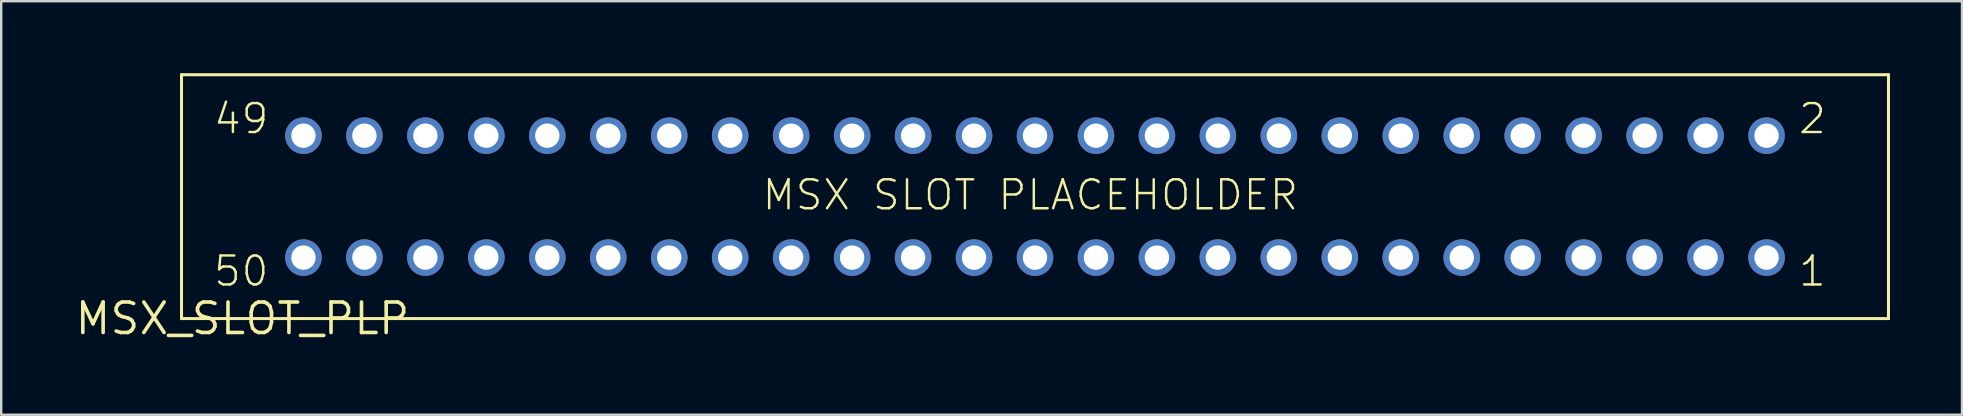
<source format=kicad_pcb>
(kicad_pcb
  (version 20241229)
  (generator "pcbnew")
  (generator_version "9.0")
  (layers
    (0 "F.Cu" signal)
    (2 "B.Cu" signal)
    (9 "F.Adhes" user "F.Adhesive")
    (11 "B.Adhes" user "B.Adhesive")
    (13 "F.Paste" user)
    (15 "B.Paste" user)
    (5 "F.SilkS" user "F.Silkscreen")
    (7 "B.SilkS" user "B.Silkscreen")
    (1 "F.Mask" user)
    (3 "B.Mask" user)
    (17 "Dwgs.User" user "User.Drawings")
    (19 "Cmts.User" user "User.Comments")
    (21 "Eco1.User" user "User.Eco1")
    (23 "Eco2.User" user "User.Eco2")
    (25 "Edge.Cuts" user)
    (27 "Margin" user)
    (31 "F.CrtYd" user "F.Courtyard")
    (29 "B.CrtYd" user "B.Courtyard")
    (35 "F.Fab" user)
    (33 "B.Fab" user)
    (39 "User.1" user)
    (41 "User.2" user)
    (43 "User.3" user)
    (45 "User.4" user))
  (footprint "MSX_SLOT_PLP"
    (layer "F.Cu")
    (at 7.053 10.223)
    (property "Reference" "MSX_SLOT_PLP" (at 0 0 0) (layer "F.SilkS") (effects (font (size 1.27 1.27) (thickness 0.15))))
    (attr through_hole)
    (fp_line (start -2.54 -10.16) (end 68.58 -10.16) (stroke (width 0.127) (type solid)) (layer "F.SilkS"))
    (fp_line (start -2.54 0) (end -2.54 -10.16) (stroke (width 0.127) (type solid)) (layer "F.SilkS"))
    (fp_line (start 68.58 -10.16) (end 68.58 0) (stroke (width 0.127) (type solid)) (layer "F.SilkS"))
    (fp_line (start 68.58 0) (end -2.54 0) (stroke (width 0.127) (type solid)) (layer "F.SilkS"))
    (fp_text user "49" (at -1.27 -7.62 0) (layer "F.SilkS") (effects (font (size 1.206 1.206) (thickness 0.102)) (justify left bottom)))
    (fp_text user "MSX SLOT PLACEHOLDER" (at 21.59 -4.445 0) (layer "F.SilkS") (effects (font (size 1.206 1.206) (thickness 0.102)) (justify left bottom)))
    (fp_text user "1" (at 64.77 -1.27 0) (layer "F.SilkS") (effects (font (size 1.206 1.206) (thickness 0.102)) (justify left bottom)))
    (fp_text user "50" (at -1.27 -1.27 0) (layer "F.SilkS") (effects (font (size 1.206 1.206) (thickness 0.102)) (justify left bottom)))
    (fp_text user "2" (at 64.77 -7.62 0) (layer "F.SilkS") (effects (font (size 1.206 1.206) (thickness 0.102)) (justify left bottom)))
    (pad "P$1" thru_hole circle (at 63.5 -7.62) (size 1.524 1.524) (drill 1.016) (layers "*.Cu" "*.Mask"))
    (pad "P$2" thru_hole circle (at 63.5 -2.54) (size 1.524 1.524) (drill 1.016) (layers "*.Cu" "*.Mask"))
    (pad "P$3" thru_hole circle (at 60.96 -7.62) (size 1.524 1.524) (drill 1.016) (layers "*.Cu" "*.Mask"))
    (pad "P$4" thru_hole circle (at 60.96 -2.54) (size 1.524 1.524) (drill 1.016) (layers "*.Cu" "*.Mask"))
    (pad "P$5" thru_hole circle (at 58.42 -7.62) (size 1.524 1.524) (drill 1.016) (layers "*.Cu" "*.Mask"))
    (pad "P$6" thru_hole circle (at 58.42 -2.54) (size 1.524 1.524) (drill 1.016) (layers "*.Cu" "*.Mask"))
    (pad "P$7" thru_hole circle (at 55.88 -7.62) (size 1.524 1.524) (drill 1.016) (layers "*.Cu" "*.Mask"))
    (pad "P$8" thru_hole circle (at 55.88 -2.54) (size 1.524 1.524) (drill 1.016) (layers "*.Cu" "*.Mask"))
    (pad "P$9" thru_hole circle (at 53.34 -7.62) (size 1.524 1.524) (drill 1.016) (layers "*.Cu" "*.Mask"))
    (pad "P$10" thru_hole circle (at 53.34 -2.54) (size 1.524 1.524) (drill 1.016) (layers "*.Cu" "*.Mask"))
    (pad "P$11" thru_hole circle (at 50.8 -7.62) (size 1.524 1.524) (drill 1.016) (layers "*.Cu" "*.Mask"))
    (pad "P$12" thru_hole circle (at 50.8 -2.54) (size 1.524 1.524) (drill 1.016) (layers "*.Cu" "*.Mask"))
    (pad "P$13" thru_hole circle (at 48.26 -7.62) (size 1.524 1.524) (drill 1.016) (layers "*.Cu" "*.Mask"))
    (pad "P$14" thru_hole circle (at 48.26 -2.54) (size 1.524 1.524) (drill 1.016) (layers "*.Cu" "*.Mask"))
    (pad "P$15" thru_hole circle (at 45.72 -7.62) (size 1.524 1.524) (drill 1.016) (layers "*.Cu" "*.Mask"))
    (pad "P$16" thru_hole circle (at 45.72 -2.54) (size 1.524 1.524) (drill 1.016) (layers "*.Cu" "*.Mask"))
    (pad "P$17" thru_hole circle (at 43.18 -7.62) (size 1.524 1.524) (drill 1.016) (layers "*.Cu" "*.Mask"))
    (pad "P$18" thru_hole circle (at 43.18 -2.54) (size 1.524 1.524) (drill 1.016) (layers "*.Cu" "*.Mask"))
    (pad "P$19" thru_hole circle (at 40.64 -7.62) (size 1.524 1.524) (drill 1.016) (layers "*.Cu" "*.Mask"))
    (pad "P$20" thru_hole circle (at 40.64 -2.54) (size 1.524 1.524) (drill 1.016) (layers "*.Cu" "*.Mask"))
    (pad "P$21" thru_hole circle (at 38.1 -7.62) (size 1.524 1.524) (drill 1.016) (layers "*.Cu" "*.Mask"))
    (pad "P$22" thru_hole circle (at 38.1 -2.54) (size 1.524 1.524) (drill 1.016) (layers "*.Cu" "*.Mask"))
    (pad "P$23" thru_hole circle (at 35.56 -7.62) (size 1.524 1.524) (drill 1.016) (layers "*.Cu" "*.Mask"))
    (pad "P$24" thru_hole circle (at 35.56 -2.54) (size 1.524 1.524) (drill 1.016) (layers "*.Cu" "*.Mask"))
    (pad "P$25" thru_hole circle (at 33.02 -7.62) (size 1.524 1.524) (drill 1.016) (layers "*.Cu" "*.Mask"))
    (pad "P$26" thru_hole circle (at 33.02 -2.54) (size 1.524 1.524) (drill 1.016) (layers "*.Cu" "*.Mask"))
    (pad "P$27" thru_hole circle (at 30.48 -7.62) (size 1.524 1.524) (drill 1.016) (layers "*.Cu" "*.Mask"))
    (pad "P$28" thru_hole circle (at 30.48 -2.54) (size 1.524 1.524) (drill 1.016) (layers "*.Cu" "*.Mask"))
    (pad "P$29" thru_hole circle (at 27.94 -7.62) (size 1.524 1.524) (drill 1.016) (layers "*.Cu" "*.Mask"))
    (pad "P$30" thru_hole circle (at 27.94 -2.54) (size 1.524 1.524) (drill 1.016) (layers "*.Cu" "*.Mask"))
    (pad "P$31" thru_hole circle (at 25.4 -7.62) (size 1.524 1.524) (drill 1.016) (layers "*.Cu" "*.Mask"))
    (pad "P$32" thru_hole circle (at 25.4 -2.54) (size 1.524 1.524) (drill 1.016) (layers "*.Cu" "*.Mask"))
    (pad "P$33" thru_hole circle (at 22.86 -7.62) (size 1.524 1.524) (drill 1.016) (layers "*.Cu" "*.Mask"))
    (pad "P$34" thru_hole circle (at 22.86 -2.54) (size 1.524 1.524) (drill 1.016) (layers "*.Cu" "*.Mask"))
    (pad "P$35" thru_hole circle (at 20.32 -7.62) (size 1.524 1.524) (drill 1.016) (layers "*.Cu" "*.Mask"))
    (pad "P$36" thru_hole circle (at 20.32 -2.54) (size 1.524 1.524) (drill 1.016) (layers "*.Cu" "*.Mask"))
    (pad "P$37" thru_hole circle (at 17.78 -7.62) (size 1.524 1.524) (drill 1.016) (layers "*.Cu" "*.Mask"))
    (pad "P$38" thru_hole circle (at 17.78 -2.54) (size 1.524 1.524) (drill 1.016) (layers "*.Cu" "*.Mask"))
    (pad "P$39" thru_hole circle (at 15.24 -7.62) (size 1.524 1.524) (drill 1.016) (layers "*.Cu" "*.Mask"))
    (pad "P$40" thru_hole circle (at 15.24 -2.54) (size 1.524 1.524) (drill 1.016) (layers "*.Cu" "*.Mask"))
    (pad "P$41" thru_hole circle (at 12.7 -7.62) (size 1.524 1.524) (drill 1.016) (layers "*.Cu" "*.Mask"))
    (pad "P$42" thru_hole circle (at 12.7 -2.54) (size 1.524 1.524) (drill 1.016) (layers "*.Cu" "*.Mask"))
    (pad "P$43" thru_hole circle (at 10.16 -7.62) (size 1.524 1.524) (drill 1.016) (layers "*.Cu" "*.Mask"))
    (pad "P$44" thru_hole circle (at 10.16 -2.54) (size 1.524 1.524) (drill 1.016) (layers "*.Cu" "*.Mask"))
    (pad "P$45" thru_hole circle (at 7.62 -7.62) (size 1.524 1.524) (drill 1.016) (layers "*.Cu" "*.Mask"))
    (pad "P$46" thru_hole circle (at 7.62 -2.54) (size 1.524 1.524) (drill 1.016) (layers "*.Cu" "*.Mask"))
    (pad "P$47" thru_hole circle (at 5.08 -7.62) (size 1.524 1.524) (drill 1.016) (layers "*.Cu" "*.Mask"))
    (pad "P$48" thru_hole circle (at 5.08 -2.54) (size 1.524 1.524) (drill 1.016) (layers "*.Cu" "*.Mask"))
    (pad "P$49" thru_hole circle (at 2.54 -7.62) (size 1.524 1.524) (drill 1.016) (layers "*.Cu" "*.Mask"))
    (pad "P$50" thru_hole circle (at 2.54 -2.54) (size 1.524 1.524) (drill 1.016) (layers "*.Cu" "*.Mask")))
  (gr_rect
    (start -3 -3)
    (end 78.696 14.23)
    (stroke (width 0.1) (type default))
    (fill no)
    (layer "Edge.Cuts")))
</source>
